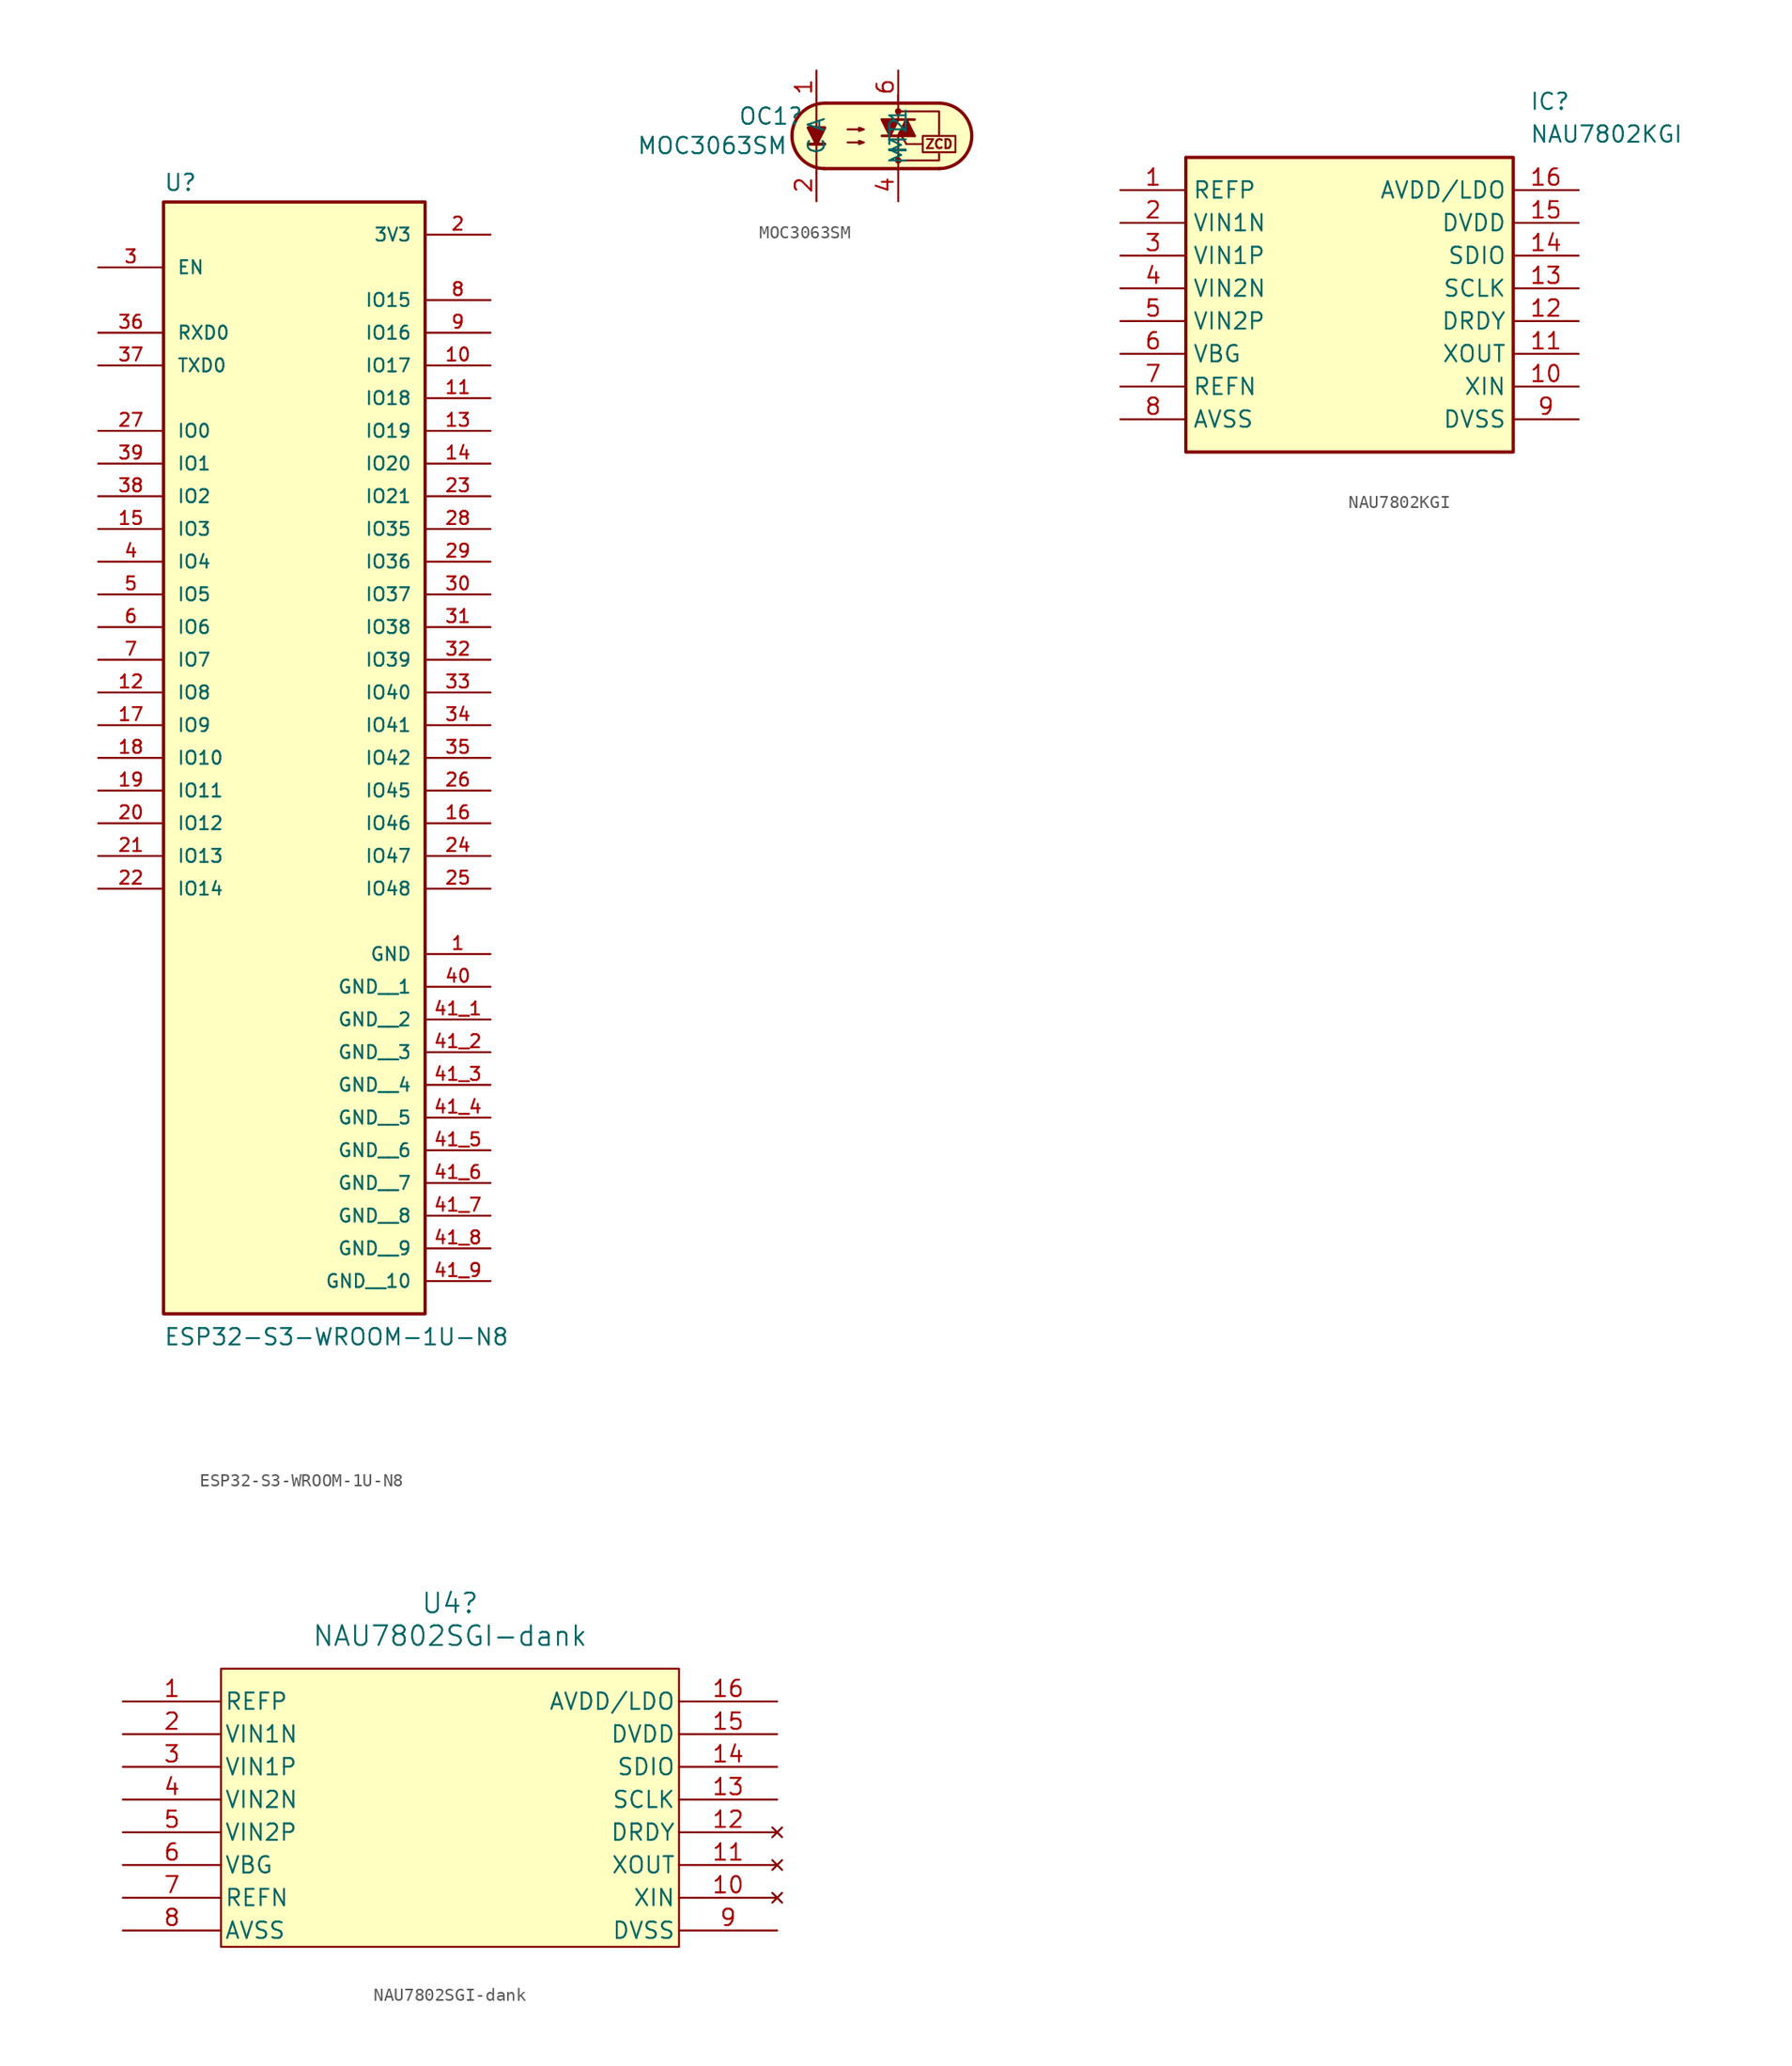
<source format=kicad_sym>
(kicad_symbol_lib
  (version 20231120)
  (generator "kicad_symbol_editor")
  (generator_version "8.0")
  (symbol "ESP32-S3-WROOM-1U-N8"
    (pin_names
      (offset 1.016))
    (property "Reference" "U"
      (at -10.16 31.242 0)
      (effects (font (size 1.27 1.27)) (justify left bottom)))
    (property "Value" "ESP32-S3-WROOM-1U-N8"
      (at -10.16 -58.42 0)
      (effects (font (size 1.27 1.27)) (justify left bottom)))
    (symbol "ESP32-S3-WROOM-1U-N8_0_0"
      (rectangle (start -10.16 -55.88) (end 10.16 30.48) (stroke (width 0.254) (type default)) (fill (type background)))
      (pin power_in line (at 15.24 -27.94 180) (length 5.08) (name "GND" (effects (font (size 1.016 1.016)))) (number "1" (effects (font (size 1.016 1.016)))))
      (pin bidirectional line (at 15.24 17.78 180) (length 5.08) (name "IO17" (effects (font (size 1.016 1.016)))) (number "10" (effects (font (size 1.016 1.016)))))
      (pin bidirectional line (at 15.24 15.24 180) (length 5.08) (name "IO18" (effects (font (size 1.016 1.016)))) (number "11" (effects (font (size 1.016 1.016)))))
      (pin bidirectional line (at -15.24 -7.62 0) (length 5.08) (name "IO8" (effects (font (size 1.016 1.016)))) (number "12" (effects (font (size 1.016 1.016)))))
      (pin bidirectional line (at 15.24 12.7 180) (length 5.08) (name "IO19" (effects (font (size 1.016 1.016)))) (number "13" (effects (font (size 1.016 1.016)))))
      (pin bidirectional line (at 15.24 10.16 180) (length 5.08) (name "IO20" (effects (font (size 1.016 1.016)))) (number "14" (effects (font (size 1.016 1.016)))))
      (pin bidirectional line (at -15.24 5.08 0) (length 5.08) (name "IO3" (effects (font (size 1.016 1.016)))) (number "15" (effects (font (size 1.016 1.016)))))
      (pin bidirectional line (at 15.24 -17.78 180) (length 5.08) (name "IO46" (effects (font (size 1.016 1.016)))) (number "16" (effects (font (size 1.016 1.016)))))
      (pin bidirectional line (at -15.24 -10.16 0) (length 5.08) (name "IO9" (effects (font (size 1.016 1.016)))) (number "17" (effects (font (size 1.016 1.016)))))
      (pin bidirectional line (at -15.24 -12.7 0) (length 5.08) (name "IO10" (effects (font (size 1.016 1.016)))) (number "18" (effects (font (size 1.016 1.016)))))
      (pin bidirectional line (at -15.24 -15.24 0) (length 5.08) (name "IO11" (effects (font (size 1.016 1.016)))) (number "19" (effects (font (size 1.016 1.016)))))
      (pin power_in line (at 15.24 27.94 180) (length 5.08) (name "3V3" (effects (font (size 1.016 1.016)))) (number "2" (effects (font (size 1.016 1.016)))))
      (pin bidirectional line (at -15.24 -17.78 0) (length 5.08) (name "IO12" (effects (font (size 1.016 1.016)))) (number "20" (effects (font (size 1.016 1.016)))))
      (pin bidirectional line (at -15.24 -20.32 0) (length 5.08) (name "IO13" (effects (font (size 1.016 1.016)))) (number "21" (effects (font (size 1.016 1.016)))))
      (pin bidirectional line (at -15.24 -22.86 0) (length 5.08) (name "IO14" (effects (font (size 1.016 1.016)))) (number "22" (effects (font (size 1.016 1.016)))))
      (pin bidirectional line (at 15.24 7.62 180) (length 5.08) (name "IO21" (effects (font (size 1.016 1.016)))) (number "23" (effects (font (size 1.016 1.016)))))
      (pin bidirectional line (at 15.24 -20.32 180) (length 5.08) (name "IO47" (effects (font (size 1.016 1.016)))) (number "24" (effects (font (size 1.016 1.016)))))
      (pin bidirectional line (at 15.24 -22.86 180) (length 5.08) (name "IO48" (effects (font (size 1.016 1.016)))) (number "25" (effects (font (size 1.016 1.016)))))
      (pin bidirectional line (at 15.24 -15.24 180) (length 5.08) (name "IO45" (effects (font (size 1.016 1.016)))) (number "26" (effects (font (size 1.016 1.016)))))
      (pin bidirectional line (at -15.24 12.7 0) (length 5.08) (name "IO0" (effects (font (size 1.016 1.016)))) (number "27" (effects (font (size 1.016 1.016)))))
      (pin bidirectional line (at 15.24 5.08 180) (length 5.08) (name "IO35" (effects (font (size 1.016 1.016)))) (number "28" (effects (font (size 1.016 1.016)))))
      (pin bidirectional line (at 15.24 2.54 180) (length 5.08) (name "IO36" (effects (font (size 1.016 1.016)))) (number "29" (effects (font (size 1.016 1.016)))))
      (pin input line (at -15.24 25.4 0) (length 5.08) (name "EN" (effects (font (size 1.016 1.016)))) (number "3" (effects (font (size 1.016 1.016)))))
      (pin bidirectional line (at 15.24 0 180) (length 5.08) (name "IO37" (effects (font (size 1.016 1.016)))) (number "30" (effects (font (size 1.016 1.016)))))
      (pin bidirectional line (at 15.24 -2.54 180) (length 5.08) (name "IO38" (effects (font (size 1.016 1.016)))) (number "31" (effects (font (size 1.016 1.016)))))
      (pin bidirectional line (at 15.24 -5.08 180) (length 5.08) (name "IO39" (effects (font (size 1.016 1.016)))) (number "32" (effects (font (size 1.016 1.016)))))
      (pin bidirectional line (at 15.24 -7.62 180) (length 5.08) (name "IO40" (effects (font (size 1.016 1.016)))) (number "33" (effects (font (size 1.016 1.016)))))
      (pin bidirectional line (at 15.24 -10.16 180) (length 5.08) (name "IO41" (effects (font (size 1.016 1.016)))) (number "34" (effects (font (size 1.016 1.016)))))
      (pin bidirectional line (at 15.24 -12.7 180) (length 5.08) (name "IO42" (effects (font (size 1.016 1.016)))) (number "35" (effects (font (size 1.016 1.016)))))
      (pin bidirectional line (at -15.24 20.32 0) (length 5.08) (name "RXD0" (effects (font (size 1.016 1.016)))) (number "36" (effects (font (size 1.016 1.016)))))
      (pin bidirectional line (at -15.24 17.78 0) (length 5.08) (name "TXD0" (effects (font (size 1.016 1.016)))) (number "37" (effects (font (size 1.016 1.016)))))
      (pin bidirectional line (at -15.24 7.62 0) (length 5.08) (name "IO2" (effects (font (size 1.016 1.016)))) (number "38" (effects (font (size 1.016 1.016)))))
      (pin bidirectional line (at -15.24 10.16 0) (length 5.08) (name "IO1" (effects (font (size 1.016 1.016)))) (number "39" (effects (font (size 1.016 1.016)))))
      (pin bidirectional line (at -15.24 2.54 0) (length 5.08) (name "IO4" (effects (font (size 1.016 1.016)))) (number "4" (effects (font (size 1.016 1.016)))))
      (pin power_in line (at 15.24 -30.48 180) (length 5.08) (name "GND__1" (effects (font (size 1.016 1.016)))) (number "40" (effects (font (size 1.016 1.016)))))
      (pin power_in line (at 15.24 -33.02 180) (length 5.08) (name "GND__2" (effects (font (size 1.016 1.016)))) (number "41_1" (effects (font (size 1.016 1.016)))))
      (pin power_in line (at 15.24 -35.56 180) (length 5.08) (name "GND__3" (effects (font (size 1.016 1.016)))) (number "41_2" (effects (font (size 1.016 1.016)))))
      (pin power_in line (at 15.24 -38.1 180) (length 5.08) (name "GND__4" (effects (font (size 1.016 1.016)))) (number "41_3" (effects (font (size 1.016 1.016)))))
      (pin power_in line (at 15.24 -40.64 180) (length 5.08) (name "GND__5" (effects (font (size 1.016 1.016)))) (number "41_4" (effects (font (size 1.016 1.016)))))
      (pin power_in line (at 15.24 -43.18 180) (length 5.08) (name "GND__6" (effects (font (size 1.016 1.016)))) (number "41_5" (effects (font (size 1.016 1.016)))))
      (pin power_in line (at 15.24 -45.72 180) (length 5.08) (name "GND__7" (effects (font (size 1.016 1.016)))) (number "41_6" (effects (font (size 1.016 1.016)))))
      (pin power_in line (at 15.24 -48.26 180) (length 5.08) (name "GND__8" (effects (font (size 1.016 1.016)))) (number "41_7" (effects (font (size 1.016 1.016)))))
      (pin power_in line (at 15.24 -50.8 180) (length 5.08) (name "GND__9" (effects (font (size 1.016 1.016)))) (number "41_8" (effects (font (size 1.016 1.016)))))
      (pin power_in line (at 15.24 -53.34 180) (length 5.08) (name "GND__10" (effects (font (size 1.016 1.016)))) (number "41_9" (effects (font (size 1.016 1.016)))))
      (pin bidirectional line (at -15.24 0 0) (length 5.08) (name "IO5" (effects (font (size 1.016 1.016)))) (number "5" (effects (font (size 1.016 1.016)))))
      (pin bidirectional line (at -15.24 -2.54 0) (length 5.08) (name "IO6" (effects (font (size 1.016 1.016)))) (number "6" (effects (font (size 1.016 1.016)))))
      (pin bidirectional line (at -15.24 -5.08 0) (length 5.08) (name "IO7" (effects (font (size 1.016 1.016)))) (number "7" (effects (font (size 1.016 1.016)))))
      (pin bidirectional line (at 15.24 22.86 180) (length 5.08) (name "IO15" (effects (font (size 1.016 1.016)))) (number "8" (effects (font (size 1.016 1.016)))))
      (pin bidirectional line (at 15.24 20.32 180) (length 5.08) (name "IO16" (effects (font (size 1.016 1.016)))) (number "9" (effects (font (size 1.016 1.016)))))))
  (symbol "MOC3063SM"
    (pin_names
      (offset 1.016))
    (property "Reference" "OC1"
      (at -11.176 1.524 0)
      (effects (font (size 1.27 1.27)) (justify left)))
    (property "Value" "MOC3063SM"
      (at -19.05 -0.762 0)
      (effects (font (size 1.27 1.27)) (justify left)))
    (symbol "MOC3063SM_0_0"
      (polyline (pts (xy 4.445 -1.27) (xy 4.445 -1.905) (xy 1.27 -1.905)) (stroke (width 0.152) (type default)) (fill (type none)))
      (polyline (pts (xy 4.445 0) (xy 4.445 1.905) (xy 1.27 1.905)) (stroke (width 0.152) (type default)) (fill (type none)))
      (circle (center 1.27 -1.905) (radius 0.178) (stroke (width 0) (type default)) (fill (type outline)))
      (circle (center 1.27 1.905) (radius 0.178) (stroke (width 0) (type default)) (fill (type outline)))
      (text "ZCD" (at 4.445 -0.635 0) (effects (font (size 0.7 0.7)))))
    (symbol "MOC3063SM_0_1"
      (arc (start -4.4675 2.54) (mid -6.9851 0) (end -4.4675 -2.54) (stroke (width 0.254) (type default)) (fill (type none)))
      (polyline (pts (xy -5.715 -0.635) (xy -4.445 -0.635)) (stroke (width 0.254) (type default)) (fill (type none)))
      (polyline (pts (xy -4.445 2.54) (xy 4.445 2.54)) (stroke (width 0.254) (type default)) (fill (type none)))
      (polyline (pts (xy 1.27 0) (xy 1.27 -2.54)) (stroke (width 0.152) (type default)) (fill (type none)))
      (polyline (pts (xy 1.27 3.175) (xy 1.27 1.27)) (stroke (width 0.152) (type default)) (fill (type none)))
      (polyline (pts (xy 1.905 -0.635) (xy 1.524 0)) (stroke (width 0.152) (type default)) (fill (type none)))
      (polyline (pts (xy 2.54 -0.635) (xy 1.905 -0.635)) (stroke (width 0.152) (type default)) (fill (type none)))
      (polyline (pts (xy 2.54 -0.635) (xy 3.175 -0.635)) (stroke (width 0.152) (type default)) (fill (type none)))
      (polyline (pts (xy 4.445 -2.54) (xy -4.445 -2.54)) (stroke (width 0.254) (type default)) (fill (type none)))
      (polyline (pts (xy -5.08 -2.54) (xy -5.08 -1.27) (xy -5.08 2.54)) (stroke (width 0.152) (type default)) (fill (type none)))
      (polyline (pts (xy -5.08 -0.635) (xy -5.715 0.635) (xy -4.445 0.635) (xy -5.08 -0.635)) (stroke (width 0.254) (type default)) (fill (type outline)))
      (polyline (pts (xy -2.667 -0.508) (xy -1.397 -0.508) (xy -1.778 -0.635) (xy -1.778 -0.381) (xy -1.397 -0.508)) (stroke (width 0) (type default)) (fill (type none)))
      (polyline (pts (xy -2.667 0.508) (xy -1.397 0.508) (xy -1.778 0.381) (xy -1.778 0.635) (xy -1.397 0.508)) (stroke (width 0) (type default)) (fill (type none)))
      (polyline (pts (xy -3.81 2.54) (xy 1.397 2.54) (xy 2.159 2.54) (xy 4.064 2.54) (xy 5.207 2.413) (xy 6.223 1.905) (xy 6.858 0.889) (xy 6.985 0) (xy 6.858 -0.889) (xy 6.35 -1.651) (xy 5.461 -2.286) (xy 4.572 -2.54) (xy -5.08 -2.54) (xy -5.08 -2.54) (xy -5.842 -2.032) (xy -6.35 -1.778) (xy -6.858 -0.508) (xy -6.858 0.254) (xy -6.858 1.016) (xy -6.35 1.778) (xy -5.588 2.286) (xy -4.826 2.54) (xy -3.81 2.54)) (stroke (width 0.01) (type default)) (fill (type background)))
      (rectangle (start 3.175 0) (end 5.715 -1.27) (stroke (width 0.152) (type default)) (fill (type none)))
      (arc (start 4.4675 -2.54) (mid 6.9851 0) (end 4.4675 2.54) (stroke (width 0.254) (type default)) (fill (type none))))
    (symbol "MOC3063SM_1_1"
      (polyline (pts (xy 0 0) (xy 2.54 0)) (stroke (width 0.203) (type default)) (fill (type none)))
      (polyline (pts (xy 0 1.27) (xy 2.54 1.27)) (stroke (width 0.203) (type default)) (fill (type none)))
      (polyline (pts (xy 0 1.27) (xy 0.635 0) (xy 1.27 1.27)) (stroke (width 0.203) (type default)) (fill (type outline)))
      (polyline (pts (xy 1.27 0) (xy 1.905 1.27) (xy 2.54 0)) (stroke (width 0.203) (type default)) (fill (type outline)))
      (pin passive line (at -5.08 5.08 270) (length 2.54) (name "A" (effects (font (size 1.27 1.27)))) (number "1" (effects (font (size 1.27 1.27)))))
      (pin passive line (at -5.08 -5.08 90) (length 2.54) (name "C" (effects (font (size 1.27 1.27)))) (number "2" (effects (font (size 1.27 1.27)))))
      (pin free line (at -2.54 0 0) (length 2.54) hide (name "NC" (effects (font (size 1.27 1.27)))) (number "3" (effects (font (size 1.27 1.27)))))
      (pin passive line (at 1.27 -5.08 90) (length 2.54) (name "MT1" (effects (font (size 1.27 1.27)))) (number "4" (effects (font (size 1.27 1.27)))))
      (pin no_connect line (at 2.54 0 180) (length 2.54) hide (name "NC" (effects (font (size 1.27 1.27)))) (number "5" (effects (font (size 1.27 1.27)))))
      (pin passive line (at 1.27 5.08 270) (length 2.54) (name "MT2" (effects (font (size 1.27 1.27)))) (number "6" (effects (font (size 1.27 1.27)))))))
  (symbol "NAU7802KGI"
    (property "Reference" "IC"
      (at 31.75 7.62 0)
      (effects (font (size 1.27 1.27)) (justify left top)))
    (property "Value" "NAU7802KGI"
      (at 31.75 5.08 0)
      (effects (font (size 1.27 1.27)) (justify left top)))
    (symbol "NAU7802KGI_1_1"
      (rectangle (start 5.08 2.54) (end 30.48 -20.32) (stroke (width 0.254) (type default)) (fill (type background)))
      (pin passive line (at 0 0 0) (length 5.08) (name "REFP" (effects (font (size 1.27 1.27)))) (number "1" (effects (font (size 1.27 1.27)))))
      (pin passive line (at 35.56 -15.24 180) (length 5.08) (name "XIN" (effects (font (size 1.27 1.27)))) (number "10" (effects (font (size 1.27 1.27)))))
      (pin passive line (at 35.56 -12.7 180) (length 5.08) (name "XOUT" (effects (font (size 1.27 1.27)))) (number "11" (effects (font (size 1.27 1.27)))))
      (pin passive line (at 35.56 -10.16 180) (length 5.08) (name "DRDY" (effects (font (size 1.27 1.27)))) (number "12" (effects (font (size 1.27 1.27)))))
      (pin passive line (at 35.56 -7.62 180) (length 5.08) (name "SCLK" (effects (font (size 1.27 1.27)))) (number "13" (effects (font (size 1.27 1.27)))))
      (pin passive line (at 35.56 -5.08 180) (length 5.08) (name "SDIO" (effects (font (size 1.27 1.27)))) (number "14" (effects (font (size 1.27 1.27)))))
      (pin passive line (at 35.56 -2.54 180) (length 5.08) (name "DVDD" (effects (font (size 1.27 1.27)))) (number "15" (effects (font (size 1.27 1.27)))))
      (pin passive line (at 35.56 0 180) (length 5.08) (name "AVDD/LDO" (effects (font (size 1.27 1.27)))) (number "16" (effects (font (size 1.27 1.27)))))
      (pin passive line (at 0 -2.54 0) (length 5.08) (name "VIN1N" (effects (font (size 1.27 1.27)))) (number "2" (effects (font (size 1.27 1.27)))))
      (pin passive line (at 0 -5.08 0) (length 5.08) (name "VIN1P" (effects (font (size 1.27 1.27)))) (number "3" (effects (font (size 1.27 1.27)))))
      (pin passive line (at 0 -7.62 0) (length 5.08) (name "VIN2N" (effects (font (size 1.27 1.27)))) (number "4" (effects (font (size 1.27 1.27)))))
      (pin passive line (at 0 -10.16 0) (length 5.08) (name "VIN2P" (effects (font (size 1.27 1.27)))) (number "5" (effects (font (size 1.27 1.27)))))
      (pin passive line (at 0 -12.7 0) (length 5.08) (name "VBG" (effects (font (size 1.27 1.27)))) (number "6" (effects (font (size 1.27 1.27)))))
      (pin passive line (at 0 -15.24 0) (length 5.08) (name "REFN" (effects (font (size 1.27 1.27)))) (number "7" (effects (font (size 1.27 1.27)))))
      (pin passive line (at 0 -17.78 0) (length 5.08) (name "AVSS" (effects (font (size 1.27 1.27)))) (number "8" (effects (font (size 1.27 1.27)))))
      (pin passive line (at 35.56 -17.78 180) (length 5.08) (name "DVSS" (effects (font (size 1.27 1.27)))) (number "9" (effects (font (size 1.27 1.27)))))))
  (symbol "NAU7802SGI-dank"
    (pin_names
      (offset 0.254))
    (property "Reference" "U4"
      (at 25.4 7.62 0)
      (effects (font (size 1.524 1.524))))
    (property "Value" "NAU7802SGI-dank"
      (at 25.4 5.08 0)
      (effects (font (size 1.524 1.524))))
    (symbol "NAU7802SGI-dank_0_1"
      (pin power_in line (at 50.8 -2.54 180) (length 7.62) (name "DVDD" (effects (font (size 1.27 1.27)))) (number "15" (effects (font (size 1.27 1.27)))))
      (pin power_in line (at 50.8 0 180) (length 7.62) (name "AVDD/LDO" (effects (font (size 1.27 1.27)))) (number "16" (effects (font (size 1.27 1.27)))))
      (pin input line (at 0 -2.54 0) (length 7.62) (name "VIN1N" (effects (font (size 1.27 1.27)))) (number "2" (effects (font (size 1.27 1.27)))))
      (pin input line (at 0 -5.08 0) (length 7.62) (name "VIN1P" (effects (font (size 1.27 1.27)))) (number "3" (effects (font (size 1.27 1.27)))))
      (pin input line (at 0 -7.62 0) (length 7.62) (name "VIN2N" (effects (font (size 1.27 1.27)))) (number "4" (effects (font (size 1.27 1.27)))))
      (pin input line (at 0 -10.16 0) (length 7.62) (name "VIN2P" (effects (font (size 1.27 1.27)))) (number "5" (effects (font (size 1.27 1.27)))))
      (pin passive line (at 0 -12.7 0) (length 7.62) (name "VBG" (effects (font (size 1.27 1.27)))) (number "6" (effects (font (size 1.27 1.27))))))
    (symbol "NAU7802SGI-dank_1_1"
      (rectangle (start 7.62 2.54) (end 43.18 -19.05) (stroke (width 0) (type default)) (fill (type background)))
      (pin input line (at 0 0 0) (length 7.62) (name "REFP" (effects (font (size 1.27 1.27)))) (number "1" (effects (font (size 1.27 1.27)))))
      (pin no_connect line (at 50.8 -15.24 180) (length 7.62) (name "XIN" (effects (font (size 1.27 1.27)))) (number "10" (effects (font (size 1.27 1.27)))))
      (pin no_connect line (at 50.8 -12.7 180) (length 7.62) (name "XOUT" (effects (font (size 1.27 1.27)))) (number "11" (effects (font (size 1.27 1.27)))))
      (pin no_connect line (at 50.8 -10.16 180) (length 7.62) (name "DRDY" (effects (font (size 1.27 1.27)))) (number "12" (effects (font (size 1.27 1.27)))))
      (pin input line (at 50.8 -7.62 180) (length 7.62) (name "SCLK" (effects (font (size 1.27 1.27)))) (number "13" (effects (font (size 1.27 1.27)))))
      (pin bidirectional line (at 50.8 -5.08 180) (length 7.62) (name "SDIO" (effects (font (size 1.27 1.27)))) (number "14" (effects (font (size 1.27 1.27)))))
      (pin input line (at 0 -15.24 0) (length 7.62) (name "REFN" (effects (font (size 1.27 1.27)))) (number "7" (effects (font (size 1.27 1.27)))))
      (pin power_in line (at 0 -17.78 0) (length 7.62) (name "AVSS" (effects (font (size 1.27 1.27)))) (number "8" (effects (font (size 1.27 1.27)))))
      (pin power_in line (at 50.8 -17.78 180) (length 7.62) (name "DVSS" (effects (font (size 1.27 1.27)))) (number "9" (effects (font (size 1.27 1.27))))))))
</source>
